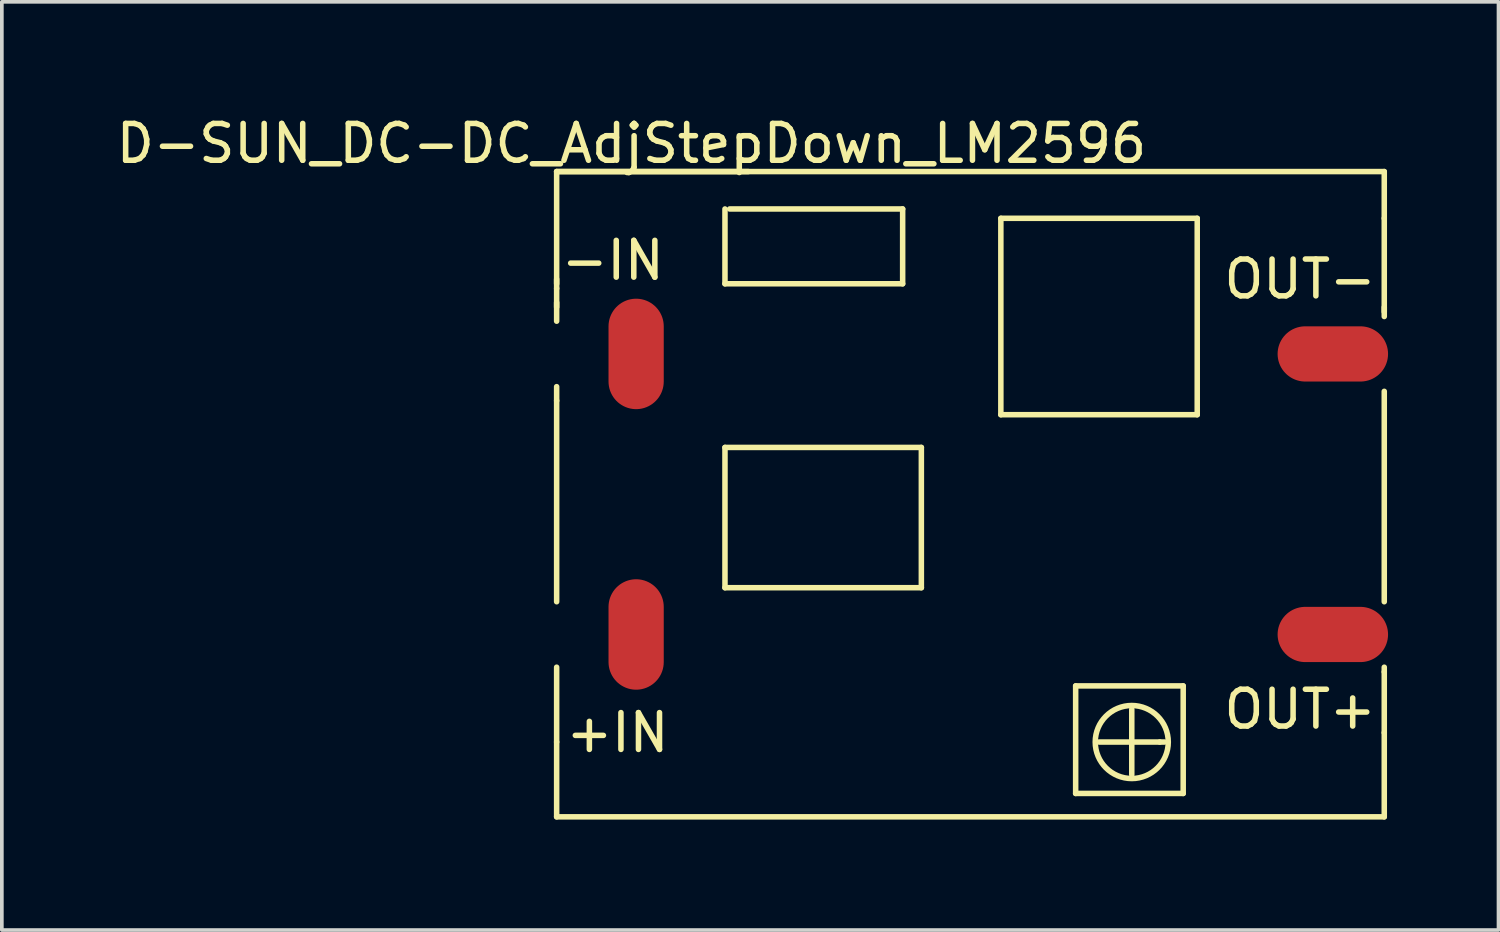
<source format=kicad_pcb>
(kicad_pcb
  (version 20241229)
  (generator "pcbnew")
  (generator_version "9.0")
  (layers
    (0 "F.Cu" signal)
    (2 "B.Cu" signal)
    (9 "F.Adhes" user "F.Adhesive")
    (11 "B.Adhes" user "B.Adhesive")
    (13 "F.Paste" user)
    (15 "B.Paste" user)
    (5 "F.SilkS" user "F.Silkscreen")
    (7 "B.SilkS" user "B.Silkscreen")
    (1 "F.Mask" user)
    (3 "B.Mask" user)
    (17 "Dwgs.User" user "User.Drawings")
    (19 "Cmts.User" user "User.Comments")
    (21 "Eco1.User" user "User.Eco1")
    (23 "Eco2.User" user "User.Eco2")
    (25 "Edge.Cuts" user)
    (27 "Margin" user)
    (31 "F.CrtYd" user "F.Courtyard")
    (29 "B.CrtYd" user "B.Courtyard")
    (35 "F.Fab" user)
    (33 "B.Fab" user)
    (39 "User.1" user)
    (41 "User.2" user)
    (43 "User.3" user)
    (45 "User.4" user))
  (footprint "D-SUN_DC-DC_AdjStepDown_LM2596"
    (layer "F.Cu")
    (at 14.101 14.183)
    (property "Reference" "D-SUN_DC-DC_AdjStepDown_LM2596" (at 0 -13.335 0) (layer "F.SilkS") (effects (font (size 1 1) (thickness 0.15))))
    (attr through_hole)
    (fp_line (start -2.032 -12.573) (end -2.032 -9.525) (stroke (width 0.15) (type solid)) (layer "F.SilkS"))
    (fp_line (start -2.032 -12.573) (end 3.175 -12.573) (stroke (width 0.15) (type solid)) (layer "F.SilkS"))
    (fp_line (start -2.032 -9.398) (end -2.032 -9.652) (stroke (width 0.15) (type solid)) (layer "F.SilkS"))
    (fp_line (start -2.032 -8.89) (end -2.032 -9.398) (stroke (width 0.15) (type solid)) (layer "F.SilkS"))
    (fp_line (start -2.032 -8.509) (end -2.032 -9.017) (stroke (width 0.15) (type solid)) (layer "F.SilkS"))
    (fp_line (start -2.032 -6.731) (end -2.032 -6.35) (stroke (width 0.15) (type solid)) (layer "F.SilkS"))
    (fp_line (start -2.032 -6.35) (end -2.032 -0.889) (stroke (width 0.15) (type solid)) (layer "F.SilkS"))
    (fp_line (start -2.032 0.889) (end -2.032 2.921) (stroke (width 0.15) (type solid)) (layer "F.SilkS"))
    (fp_line (start -2.032 2.921) (end -2.032 4.953) (stroke (width 0.15) (type solid)) (layer "F.SilkS"))
    (fp_line (start 2.54 -11.557) (end 2.54 -9.525) (stroke (width 0.15) (type solid)) (layer "F.SilkS"))
    (fp_line (start 2.54 -9.525) (end 7.366 -9.525) (stroke (width 0.15) (type solid)) (layer "F.SilkS"))
    (fp_line (start 2.54 -5.08) (end 2.54 -1.27) (stroke (width 0.15) (type solid)) (layer "F.SilkS"))
    (fp_line (start 2.54 -1.27) (end 7.874 -1.27) (stroke (width 0.15) (type solid)) (layer "F.SilkS"))
    (fp_line (start 7.366 -11.557) (end 2.667 -11.557) (stroke (width 0.15) (type solid)) (layer "F.SilkS"))
    (fp_line (start 7.366 -9.525) (end 7.366 -11.557) (stroke (width 0.15) (type solid)) (layer "F.SilkS"))
    (fp_line (start 7.874 -5.08) (end 2.54 -5.08) (stroke (width 0.15) (type solid)) (layer "F.SilkS"))
    (fp_line (start 7.874 -1.27) (end 7.874 -5.08) (stroke (width 0.15) (type solid)) (layer "F.SilkS"))
    (fp_line (start 10.033 -11.303) (end 10.033 -5.969) (stroke (width 0.15) (type solid)) (layer "F.SilkS"))
    (fp_line (start 10.033 -5.969) (end 15.367 -5.969) (stroke (width 0.15) (type solid)) (layer "F.SilkS"))
    (fp_line (start 12.065 1.397) (end 12.065 4.318) (stroke (width 0.15) (type solid)) (layer "F.SilkS"))
    (fp_line (start 12.065 1.397) (end 14.986 1.397) (stroke (width 0.15) (type solid)) (layer "F.SilkS"))
    (fp_line (start 12.065 4.318) (end 14.986 4.318) (stroke (width 0.15) (type solid)) (layer "F.SilkS"))
    (fp_line (start 12.7 2.921) (end 14.351 2.921) (stroke (width 0.15) (type solid)) (layer "F.SilkS"))
    (fp_line (start 13.589 3.81) (end 13.589 2.032) (stroke (width 0.15) (type solid)) (layer "F.SilkS"))
    (fp_line (start 14.351 2.921) (end 14.478 2.921) (stroke (width 0.15) (type solid)) (layer "F.SilkS"))
    (fp_line (start 14.986 1.397) (end 14.986 4.318) (stroke (width 0.15) (type solid)) (layer "F.SilkS"))
    (fp_line (start 15.367 -11.303) (end 10.033 -11.303) (stroke (width 0.15) (type solid)) (layer "F.SilkS"))
    (fp_line (start 15.367 -5.969) (end 15.367 -11.303) (stroke (width 0.15) (type solid)) (layer "F.SilkS"))
    (fp_line (start 20.447 -12.573) (end -2.032 -12.573) (stroke (width 0.15) (type solid)) (layer "F.SilkS"))
    (fp_line (start 20.447 -11.303) (end 20.447 -12.573) (stroke (width 0.15) (type solid)) (layer "F.SilkS"))
    (fp_line (start 20.447 -8.763) (end 20.447 -11.303) (stroke (width 0.15) (type solid)) (layer "F.SilkS"))
    (fp_line (start 20.447 -8.636) (end 20.447 -8.89) (stroke (width 0.15) (type solid)) (layer "F.SilkS"))
    (fp_line (start 20.447 -0.889) (end 20.447 -6.604) (stroke (width 0.15) (type solid)) (layer "F.SilkS"))
    (fp_line (start 20.447 0.889) (end 20.447 1.016) (stroke (width 0.15) (type solid)) (layer "F.SilkS"))
    (fp_line (start 20.447 2.667) (end 20.447 1.016) (stroke (width 0.15) (type solid)) (layer "F.SilkS"))
    (fp_line (start 20.447 4.953) (end -2.032 4.953) (stroke (width 0.15) (type solid)) (layer "F.SilkS"))
    (fp_line (start 20.447 4.953) (end 20.447 2.667) (stroke (width 0.15) (type solid)) (layer "F.SilkS"))
    (fp_circle (center 13.589 2.921) (end 14.351 2.286) (stroke (width 0.15) (type solid)) (fill no) (layer "F.SilkS"))
    (fp_text user "-IN" (at -0.508 -10.16 0) (layer "F.SilkS") (effects (font (size 1 1) (thickness 0.15))))
    (fp_text user "OUT-" (at 18.161 -9.652 0) (layer "F.SilkS") (effects (font (size 1 1) (thickness 0.15))))
    (fp_text user "OUT+" (at 18.161 2.032 0) (layer "F.SilkS") (effects (font (size 1 1) (thickness 0.15))))
    (fp_text user "+IN" (at -0.381 2.667 0) (layer "F.SilkS") (effects (font (size 1 1) (thickness 0.15))))
    (pad "1" smd oval (at 0.127 0 90) (size 3 1.5) (layers "F.Cu" "F.Mask" "F.Paste"))
    (pad "2" smd oval (at 0.127 -7.62 90) (size 3 1.5) (layers "F.Cu" "F.Mask" "F.Paste"))
    (pad "3" smd oval (at 19.05 -7.62 180) (size 3 1.5) (layers "F.Cu" "F.Mask" "F.Paste"))
    (pad "4" smd oval (at 19.05 0 180) (size 3 1.5) (layers "F.Cu" "F.Mask" "F.Paste")))
  (gr_rect
    (start -3 -3)
    (end 37.651 22.211)
    (stroke (width 0.1) (type default))
    (fill no)
    (layer "Edge.Cuts")))
</source>
